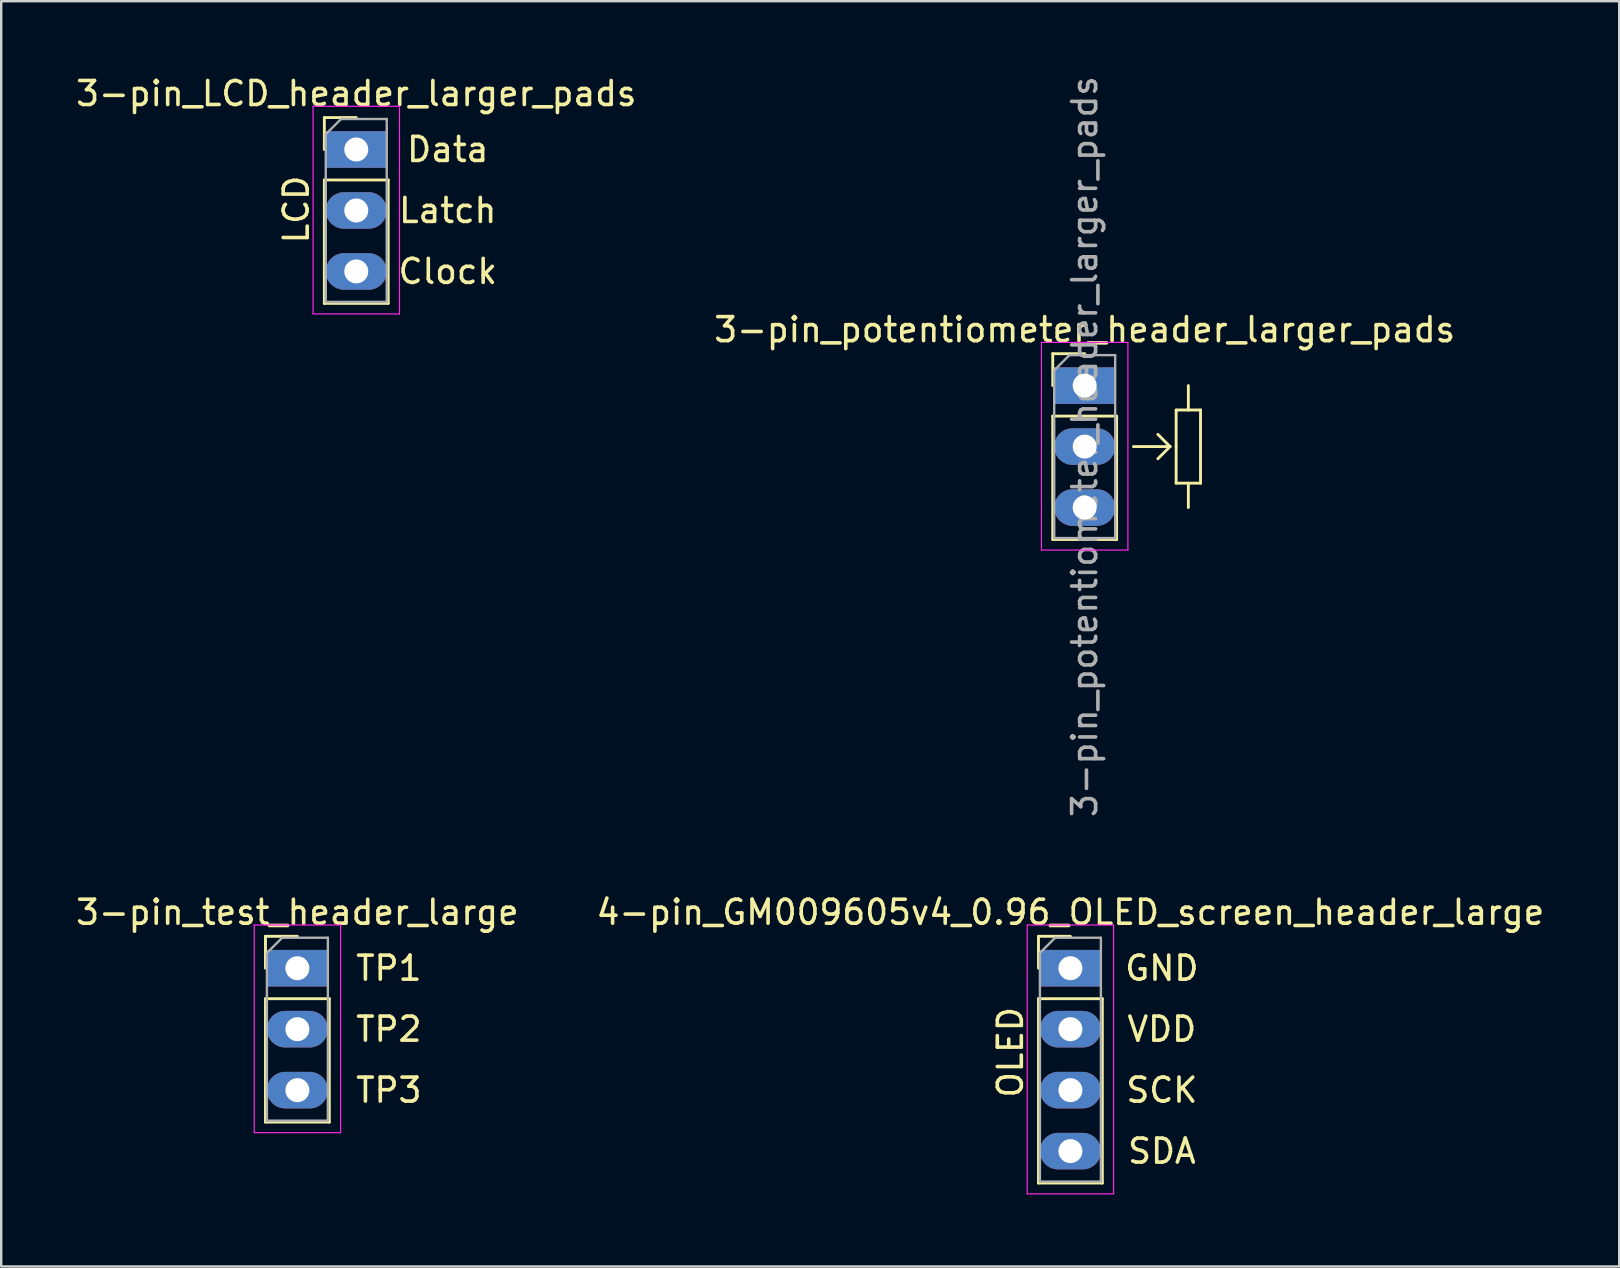
<source format=kicad_pcb>
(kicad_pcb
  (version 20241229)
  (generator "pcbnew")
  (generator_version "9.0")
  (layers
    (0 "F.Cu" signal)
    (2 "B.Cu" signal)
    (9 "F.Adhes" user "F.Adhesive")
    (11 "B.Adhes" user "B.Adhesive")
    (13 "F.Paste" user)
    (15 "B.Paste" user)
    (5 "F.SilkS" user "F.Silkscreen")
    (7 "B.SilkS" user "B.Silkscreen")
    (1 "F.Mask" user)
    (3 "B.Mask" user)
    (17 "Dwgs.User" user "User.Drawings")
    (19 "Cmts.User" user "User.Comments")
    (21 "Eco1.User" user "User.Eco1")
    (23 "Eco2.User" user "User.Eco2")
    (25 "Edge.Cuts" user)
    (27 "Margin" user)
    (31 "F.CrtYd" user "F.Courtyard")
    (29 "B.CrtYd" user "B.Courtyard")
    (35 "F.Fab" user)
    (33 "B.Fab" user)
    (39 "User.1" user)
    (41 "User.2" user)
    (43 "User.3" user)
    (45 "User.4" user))
  (footprint "3-pin_potentiometer_header_larger_pads"
    (layer "F.Cu")
    (at 42.137 13.014)
    (property "Reference" "3-pin_potentiometer_header_larger_pads" (at 0 -2.33 0) (layer "F.SilkS") (effects (font (size 1 1) (thickness 0.15))))
    (attr through_hole)
    (fp_line (start -1.33 -1.33) (end 0 -1.33) (stroke (width 0.12) (type solid)) (layer "F.SilkS"))
    (fp_line (start -1.33 0) (end -1.33 -1.33) (stroke (width 0.12) (type solid)) (layer "F.SilkS"))
    (fp_line (start -1.33 1.27) (end -1.33 6.41) (stroke (width 0.12) (type solid)) (layer "F.SilkS"))
    (fp_line (start -1.33 1.27) (end 1.33 1.27) (stroke (width 0.12) (type solid)) (layer "F.SilkS"))
    (fp_line (start -1.33 6.41) (end 1.33 6.41) (stroke (width 0.12) (type solid)) (layer "F.SilkS"))
    (fp_line (start 1.33 1.27) (end 1.33 6.41) (stroke (width 0.12) (type solid)) (layer "F.SilkS"))
    (fp_line (start 2.032 2.54) (end 3.556 2.54) (stroke (width 0.12) (type solid)) (layer "F.SilkS"))
    (fp_line (start 3.556 2.54) (end 3.048 2.032) (stroke (width 0.12) (type solid)) (layer "F.SilkS"))
    (fp_line (start 3.556 2.54) (end 3.048 3.048) (stroke (width 0.12) (type solid)) (layer "F.SilkS"))
    (fp_line (start 3.81 1.016) (end 4.826 1.016) (stroke (width 0.12) (type solid)) (layer "F.SilkS"))
    (fp_line (start 3.81 2.54) (end 3.81 1.016) (stroke (width 0.12) (type solid)) (layer "F.SilkS"))
    (fp_line (start 3.81 4.064) (end 3.81 2.54) (stroke (width 0.12) (type solid)) (layer "F.SilkS"))
    (fp_line (start 4.318 1.016) (end 4.318 0) (stroke (width 0.12) (type solid)) (layer "F.SilkS"))
    (fp_line (start 4.318 4.064) (end 4.318 5.08) (stroke (width 0.12) (type solid)) (layer "F.SilkS"))
    (fp_line (start 4.826 1.016) (end 4.826 4.064) (stroke (width 0.12) (type solid)) (layer "F.SilkS"))
    (fp_line (start 4.826 4.064) (end 3.81 4.064) (stroke (width 0.12) (type solid)) (layer "F.SilkS"))
    (fp_line (start -1.8 -1.8) (end -1.8 6.85) (stroke (width 0.05) (type solid)) (layer "F.CrtYd"))
    (fp_line (start -1.8 6.85) (end 1.8 6.85) (stroke (width 0.05) (type solid)) (layer "F.CrtYd"))
    (fp_line (start 1.8 -1.8) (end -1.8 -1.8) (stroke (width 0.05) (type solid)) (layer "F.CrtYd"))
    (fp_line (start 1.8 6.85) (end 1.8 -1.8) (stroke (width 0.05) (type solid)) (layer "F.CrtYd"))
    (fp_line (start -1.27 -0.635) (end -0.635 -1.27) (stroke (width 0.1) (type solid)) (layer "F.Fab"))
    (fp_line (start -1.27 6.35) (end -1.27 -0.635) (stroke (width 0.1) (type solid)) (layer "F.Fab"))
    (fp_line (start -0.635 -1.27) (end 1.27 -1.27) (stroke (width 0.1) (type solid)) (layer "F.Fab"))
    (fp_line (start 1.27 -1.27) (end 1.27 6.35) (stroke (width 0.1) (type solid)) (layer "F.Fab"))
    (fp_line (start 1.27 6.35) (end -1.27 6.35) (stroke (width 0.1) (type solid)) (layer "F.Fab"))
    (fp_text user "${REFERENCE}" (at 0 2.54 90) (layer "F.Fab") (effects (font (size 1 1) (thickness 0.15))))
    (pad "1" thru_hole rect (at 0 0) (size 2.54 1.524) (drill 1) (layers "*.Cu" "*.Mask"))
    (pad "2" thru_hole oval (at 0 2.54) (size 2.54 1.524) (drill 1) (layers "*.Cu" "*.Mask"))
    (pad "3" thru_hole oval (at 0 5.08) (size 2.54 1.524) (drill 1) (layers "*.Cu" "*.Mask")))
  (footprint "4-pin_GM009605v4_0.96_OLED_screen_header_large"
    (layer "F.Cu")
    (at 41.542 37.285)
    (property "Reference" "4-pin_GM009605v4_0.96_OLED_screen_header_large" (at 0 -2.33 0) (layer "F.SilkS") (effects (font (size 1 1) (thickness 0.15))))
    (attr through_hole)
    (fp_line (start -1.33 -1.33) (end 0 -1.33) (stroke (width 0.12) (type solid)) (layer "F.SilkS"))
    (fp_line (start -1.33 0) (end -1.33 -1.33) (stroke (width 0.12) (type solid)) (layer "F.SilkS"))
    (fp_line (start -1.33 1.27) (end -1.33 8.95) (stroke (width 0.12) (type solid)) (layer "F.SilkS"))
    (fp_line (start -1.33 1.27) (end 1.33 1.27) (stroke (width 0.12) (type solid)) (layer "F.SilkS"))
    (fp_line (start -1.33 8.95) (end 1.33 8.95) (stroke (width 0.12) (type solid)) (layer "F.SilkS"))
    (fp_line (start 1.33 1.27) (end 1.33 8.95) (stroke (width 0.12) (type solid)) (layer "F.SilkS"))
    (fp_line (start -1.8 -1.8) (end -1.8 9.4) (stroke (width 0.05) (type solid)) (layer "F.CrtYd"))
    (fp_line (start -1.8 9.4) (end 1.8 9.4) (stroke (width 0.05) (type solid)) (layer "F.CrtYd"))
    (fp_line (start 1.8 -1.8) (end -1.8 -1.8) (stroke (width 0.05) (type solid)) (layer "F.CrtYd"))
    (fp_line (start 1.8 9.4) (end 1.8 -1.8) (stroke (width 0.05) (type solid)) (layer "F.CrtYd"))
    (fp_line (start -1.27 -0.635) (end -0.635 -1.27) (stroke (width 0.1) (type solid)) (layer "F.Fab"))
    (fp_line (start -1.27 8.89) (end -1.27 -0.635) (stroke (width 0.1) (type solid)) (layer "F.Fab"))
    (fp_line (start -0.635 -1.27) (end 1.27 -1.27) (stroke (width 0.1) (type solid)) (layer "F.Fab"))
    (fp_line (start 1.27 -1.27) (end 1.27 8.89) (stroke (width 0.1) (type solid)) (layer "F.Fab"))
    (fp_line (start 1.27 8.89) (end -1.27 8.89) (stroke (width 0.1) (type solid)) (layer "F.Fab"))
    (fp_text user "VDD" (at 3.81 2.54 0) (layer "F.SilkS") (effects (font (size 1 1) (thickness 0.15))))
    (fp_text user "OLED" (at -2.5 3.5 90) (layer "F.SilkS") (effects (font (size 1 1) (thickness 0.15))))
    (fp_text user "GND" (at 3.81 0 0) (layer "F.SilkS") (effects (font (size 1 1) (thickness 0.15))))
    (fp_text user "SDA" (at 3.81 7.62 0) (layer "F.SilkS") (effects (font (size 1 1) (thickness 0.15))))
    (fp_text user "SCK" (at 3.81 5.08 0) (layer "F.SilkS") (effects (font (size 1 1) (thickness 0.15))))
    (pad "1" thru_hole rect (at 0 0) (size 2.54 1.524) (drill 1) (layers "*.Cu" "*.Mask"))
    (pad "2" thru_hole oval (at 0 2.54) (size 2.54 1.524) (drill 1) (layers "*.Cu" "*.Mask"))
    (pad "3" thru_hole oval (at 0 5.08) (size 2.54 1.524) (drill 1) (layers "*.Cu" "*.Mask"))
    (pad "4" thru_hole oval (at 0 7.62) (size 2.54 1.524) (drill 1) (layers "*.Cu" "*.Mask")))
  (footprint "3-pin_test_header_large"
    (layer "F.Cu")
    (at 9.339 37.285)
    (property "Reference" "3-pin_test_header_large" (at 0 -2.33 0) (layer "F.SilkS") (effects (font (size 1 1) (thickness 0.15))))
    (attr through_hole)
    (fp_line (start -1.33 -1.33) (end 0 -1.33) (stroke (width 0.12) (type solid)) (layer "F.SilkS"))
    (fp_line (start -1.33 0) (end -1.33 -1.33) (stroke (width 0.12) (type solid)) (layer "F.SilkS"))
    (fp_line (start -1.33 1.27) (end -1.33 6.41) (stroke (width 0.12) (type solid)) (layer "F.SilkS"))
    (fp_line (start -1.33 1.27) (end 1.33 1.27) (stroke (width 0.12) (type solid)) (layer "F.SilkS"))
    (fp_line (start -1.33 6.41) (end 1.33 6.41) (stroke (width 0.12) (type solid)) (layer "F.SilkS"))
    (fp_line (start 1.33 1.27) (end 1.33 6.41) (stroke (width 0.12) (type solid)) (layer "F.SilkS"))
    (fp_line (start -1.8 -1.8) (end -1.8 6.85) (stroke (width 0.05) (type solid)) (layer "F.CrtYd"))
    (fp_line (start -1.8 6.85) (end 1.8 6.85) (stroke (width 0.05) (type solid)) (layer "F.CrtYd"))
    (fp_line (start 1.8 -1.8) (end -1.8 -1.8) (stroke (width 0.05) (type solid)) (layer "F.CrtYd"))
    (fp_line (start 1.8 6.85) (end 1.8 -1.8) (stroke (width 0.05) (type solid)) (layer "F.CrtYd"))
    (fp_line (start -1.27 -0.635) (end -0.635 -1.27) (stroke (width 0.1) (type solid)) (layer "F.Fab"))
    (fp_line (start -1.27 6.35) (end -1.27 -0.635) (stroke (width 0.1) (type solid)) (layer "F.Fab"))
    (fp_line (start -0.635 -1.27) (end 1.27 -1.27) (stroke (width 0.1) (type solid)) (layer "F.Fab"))
    (fp_line (start 1.27 -1.27) (end 1.27 6.35) (stroke (width 0.1) (type solid)) (layer "F.Fab"))
    (fp_line (start 1.27 6.35) (end -1.27 6.35) (stroke (width 0.1) (type solid)) (layer "F.Fab"))
    (fp_text user "TP3" (at 3.81 5.08 0) (layer "F.SilkS") (effects (font (size 1 1) (thickness 0.15))))
    (fp_text user "TP1" (at 3.81 0 0) (layer "F.SilkS") (effects (font (size 1 1) (thickness 0.15))))
    (fp_text user "TP2" (at 3.81 2.54 0) (layer "F.SilkS") (effects (font (size 1 1) (thickness 0.15))))
    (pad "1" thru_hole rect (at 0 0) (size 2.54 1.524) (drill 1) (layers "*.Cu" "*.Mask"))
    (pad "2" thru_hole oval (at 0 2.54) (size 2.54 1.524) (drill 1) (layers "*.Cu" "*.Mask"))
    (pad "3" thru_hole oval (at 0 5.08) (size 2.54 1.524) (drill 1) (layers "*.Cu" "*.Mask")))
  (footprint "3-pin_LCD_header_larger_pads"
    (layer "F.Cu")
    (at 11.792 3.178)
    (property "Reference" "3-pin_LCD_header_larger_pads" (at 0 -2.33 0) (layer "F.SilkS") (effects (font (size 1 1) (thickness 0.15))))
    (attr through_hole)
    (fp_line (start -1.33 -1.33) (end 0 -1.33) (stroke (width 0.12) (type solid)) (layer "F.SilkS"))
    (fp_line (start -1.33 0) (end -1.33 -1.33) (stroke (width 0.12) (type solid)) (layer "F.SilkS"))
    (fp_line (start -1.33 1.27) (end -1.33 6.41) (stroke (width 0.12) (type solid)) (layer "F.SilkS"))
    (fp_line (start -1.33 1.27) (end 1.33 1.27) (stroke (width 0.12) (type solid)) (layer "F.SilkS"))
    (fp_line (start -1.33 6.41) (end 1.33 6.41) (stroke (width 0.12) (type solid)) (layer "F.SilkS"))
    (fp_line (start 1.33 1.27) (end 1.33 6.41) (stroke (width 0.12) (type solid)) (layer "F.SilkS"))
    (fp_line (start -1.8 -1.8) (end -1.8 6.85) (stroke (width 0.05) (type solid)) (layer "F.CrtYd"))
    (fp_line (start -1.8 6.85) (end 1.8 6.85) (stroke (width 0.05) (type solid)) (layer "F.CrtYd"))
    (fp_line (start 1.8 -1.8) (end -1.8 -1.8) (stroke (width 0.05) (type solid)) (layer "F.CrtYd"))
    (fp_line (start 1.8 6.85) (end 1.8 -1.8) (stroke (width 0.05) (type solid)) (layer "F.CrtYd"))
    (fp_line (start -1.27 -0.635) (end -0.635 -1.27) (stroke (width 0.1) (type solid)) (layer "F.Fab"))
    (fp_line (start -1.27 6.35) (end -1.27 -0.635) (stroke (width 0.1) (type solid)) (layer "F.Fab"))
    (fp_line (start -0.635 -1.27) (end 1.27 -1.27) (stroke (width 0.1) (type solid)) (layer "F.Fab"))
    (fp_line (start 1.27 -1.27) (end 1.27 6.35) (stroke (width 0.1) (type solid)) (layer "F.Fab"))
    (fp_line (start 1.27 6.35) (end -1.27 6.35) (stroke (width 0.1) (type solid)) (layer "F.Fab"))
    (fp_text user "Clock" (at 3.81 5.08 0) (layer "F.SilkS") (effects (font (size 1 1) (thickness 0.15))))
    (fp_text user "LCD" (at -2.5 2.5 90) (layer "F.SilkS") (effects (font (size 1 1) (thickness 0.15))))
    (fp_text user "Data" (at 3.81 0 0) (layer "F.SilkS") (effects (font (size 1 1) (thickness 0.15))))
    (fp_text user "Latch" (at 3.81 2.54 0) (layer "F.SilkS") (effects (font (size 1 1) (thickness 0.15))))
    (pad "1" thru_hole rect (at 0 0) (size 2.54 1.524) (drill 1) (layers "*.Cu" "*.Mask"))
    (pad "2" thru_hole oval (at 0 2.54) (size 2.54 1.524) (drill 1) (layers "*.Cu" "*.Mask"))
    (pad "3" thru_hole oval (at 0 5.08) (size 2.54 1.524) (drill 1) (layers "*.Cu" "*.Mask")))
  (gr_rect
    (start -3 -3)
    (end 64.405 49.71)
    (stroke (width 0.1) (type default))
    (fill no)
    (layer "Edge.Cuts")))
</source>
